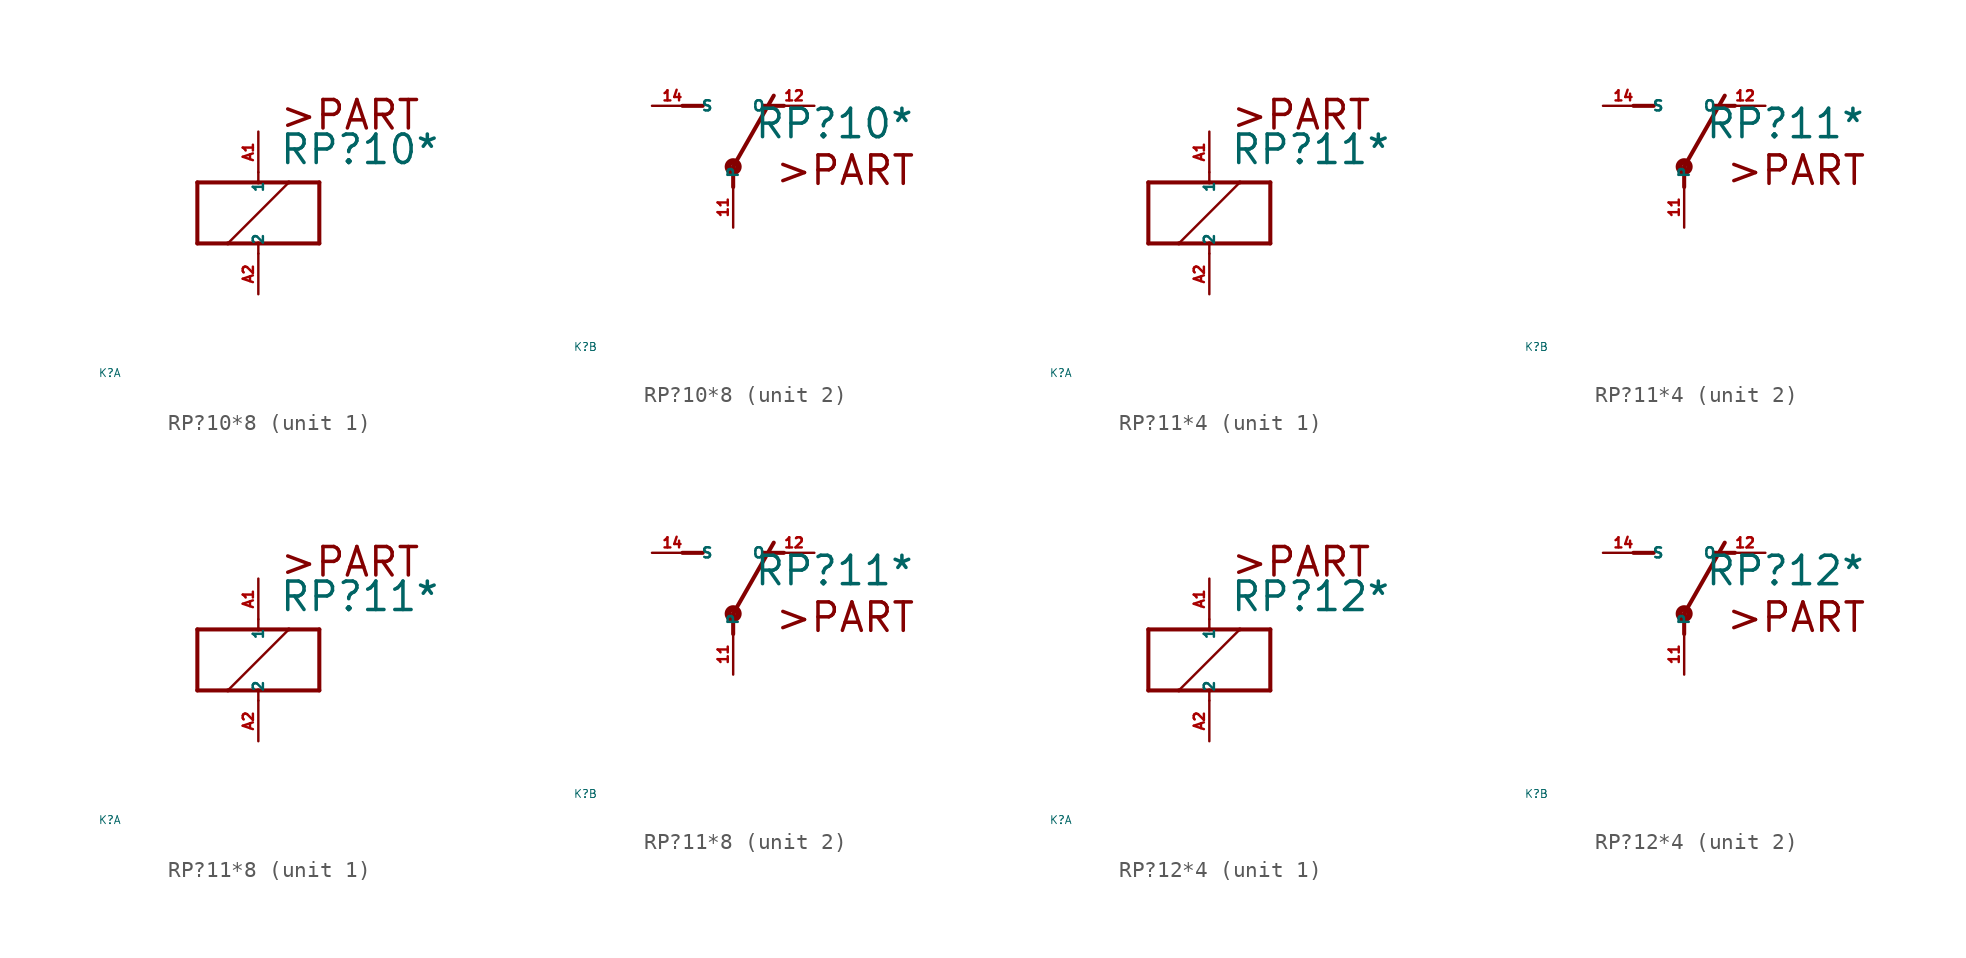
<source format=kicad_sym>
(kicad_symbol_lib
  (version 20220914)
  (generator Eagle2Kicad)
  (symbol "RP?10*8"
    (property "Reference" "K"
      (at -10 -10 0)
      (effects (font (size 0.5 0.5) (thickness 0.06)) (justify left)))
    (property "Value" "RP?10*"
      (at 1.27 2.921 0)
      (effects (font (size 1.778 1.778) (thickness 0.22)) (justify left bottom)))
    (symbol "RP?10*8_1_0"
      (polyline (pts (xy -3.81 -1.905) (xy -1.905 -1.905)) (stroke (width 0.254) (type default)) (fill (type none)))
      (polyline (pts (xy 3.81 -1.905) (xy 3.81 1.905)) (stroke (width 0.254) (type default)) (fill (type none)))
      (polyline (pts (xy 3.81 1.905) (xy 1.905 1.905)) (stroke (width 0.254) (type default)) (fill (type none)))
      (polyline (pts (xy -3.81 1.905) (xy -3.81 -1.905)) (stroke (width 0.254) (type default)) (fill (type none)))
      (polyline (pts (xy 0 -2.54) (xy 0 -1.905)) (stroke (width 0.152) (type default)) (fill (type none)))
      (polyline (pts (xy 0 -1.905) (xy 3.81 -1.905)) (stroke (width 0.254) (type default)) (fill (type none)))
      (polyline (pts (xy 0 2.54) (xy 0 1.905)) (stroke (width 0.152) (type default)) (fill (type none)))
      (polyline (pts (xy 0 1.905) (xy -3.81 1.905)) (stroke (width 0.254) (type default)) (fill (type none)))
      (polyline (pts (xy -1.905 -1.905) (xy 1.905 1.905)) (stroke (width 0.152) (type default)) (fill (type none)))
      (polyline (pts (xy -1.905 -1.905) (xy 0 -1.905)) (stroke (width 0.254) (type default)) (fill (type none)))
      (polyline (pts (xy 1.905 1.905) (xy 0 1.905)) (stroke (width 0.254) (type default)) (fill (type none)))
      (text ">PART" (at 1.27 5.08 0) (effects (font (size 1.778 1.778) (thickness 0.22)) (justify left bottom)))
      (pin passive line (at 0 -5.08 90) (length 2.54) (name "2" (effects (font (size 0.635 0.635) (thickness 0.08)) (justify left bottom))) (number "A2" (effects (font (size 0.635 0.635) (thickness 0.08)) (justify left bottom))))
      (pin passive line (at 0 5.08 270) (length 2.54) (name "1" (effects (font (size 0.635 0.635) (thickness 0.08)) (justify left bottom))) (number "A1" (effects (font (size 0.635 0.635) (thickness 0.08)) (justify left bottom)))))
    (symbol "RP?10*8_2_0"
      (polyline (pts (xy 3.175 5.08) (xy 1.905 5.08)) (stroke (width 0.254) (type default)) (fill (type none)))
      (polyline (pts (xy -3.175 5.08) (xy -1.905 5.08)) (stroke (width 0.254) (type default)) (fill (type none)))
      (polyline (pts (xy 0 1.27) (xy 2.54 5.715)) (stroke (width 0.254) (type default)) (fill (type none)))
      (polyline (pts (xy 0 1.27) (xy 0 0)) (stroke (width 0.254) (type default)) (fill (type none)))
      (text ">PART" (at 2.54 0 0) (effects (font (size 1.778 1.778) (thickness 0.22)) (justify left bottom)))
      (circle (center 0 1.27) (radius 0.127) (stroke (width 0.406) (type default)) (fill (type none)))
      (pin passive line (at 5.08 5.08 180) (length 2.54) (name "O" (effects (font (size 0.635 0.635) (thickness 0.08)) (justify left bottom))) (number "12" (effects (font (size 0.635 0.635) (thickness 0.08)) (justify left bottom))))
      (pin passive line (at -5.08 5.08 0) (length 2.54) (name "S" (effects (font (size 0.635 0.635) (thickness 0.08)) (justify left bottom))) (number "14" (effects (font (size 0.635 0.635) (thickness 0.08)) (justify left bottom))))
      (pin passive line (at 0 -2.54 90) (length 2.54) (name "P" (effects (font (size 0.635 0.635) (thickness 0.08)) (justify left bottom))) (number "11" (effects (font (size 0.635 0.635) (thickness 0.08)) (justify left bottom))))))
  (symbol "RP?11*4"
    (property "Reference" "K"
      (at -10 -10 0)
      (effects (font (size 0.5 0.5) (thickness 0.06)) (justify left)))
    (property "Value" "RP?11*"
      (at 1.27 2.921 0)
      (effects (font (size 1.778 1.778) (thickness 0.22)) (justify left bottom)))
    (symbol "RP?11*4_1_0"
      (polyline (pts (xy -3.81 -1.905) (xy -1.905 -1.905)) (stroke (width 0.254) (type default)) (fill (type none)))
      (polyline (pts (xy 3.81 -1.905) (xy 3.81 1.905)) (stroke (width 0.254) (type default)) (fill (type none)))
      (polyline (pts (xy 3.81 1.905) (xy 1.905 1.905)) (stroke (width 0.254) (type default)) (fill (type none)))
      (polyline (pts (xy -3.81 1.905) (xy -3.81 -1.905)) (stroke (width 0.254) (type default)) (fill (type none)))
      (polyline (pts (xy 0 -2.54) (xy 0 -1.905)) (stroke (width 0.152) (type default)) (fill (type none)))
      (polyline (pts (xy 0 -1.905) (xy 3.81 -1.905)) (stroke (width 0.254) (type default)) (fill (type none)))
      (polyline (pts (xy 0 2.54) (xy 0 1.905)) (stroke (width 0.152) (type default)) (fill (type none)))
      (polyline (pts (xy 0 1.905) (xy -3.81 1.905)) (stroke (width 0.254) (type default)) (fill (type none)))
      (polyline (pts (xy -1.905 -1.905) (xy 1.905 1.905)) (stroke (width 0.152) (type default)) (fill (type none)))
      (polyline (pts (xy -1.905 -1.905) (xy 0 -1.905)) (stroke (width 0.254) (type default)) (fill (type none)))
      (polyline (pts (xy 1.905 1.905) (xy 0 1.905)) (stroke (width 0.254) (type default)) (fill (type none)))
      (text ">PART" (at 1.27 5.08 0) (effects (font (size 1.778 1.778) (thickness 0.22)) (justify left bottom)))
      (pin passive line (at 0 -5.08 90) (length 2.54) (name "2" (effects (font (size 0.635 0.635) (thickness 0.08)) (justify left bottom))) (number "A2" (effects (font (size 0.635 0.635) (thickness 0.08)) (justify left bottom))))
      (pin passive line (at 0 5.08 270) (length 2.54) (name "1" (effects (font (size 0.635 0.635) (thickness 0.08)) (justify left bottom))) (number "A1" (effects (font (size 0.635 0.635) (thickness 0.08)) (justify left bottom)))))
    (symbol "RP?11*4_2_0"
      (polyline (pts (xy 3.175 5.08) (xy 1.905 5.08)) (stroke (width 0.254) (type default)) (fill (type none)))
      (polyline (pts (xy -3.175 5.08) (xy -1.905 5.08)) (stroke (width 0.254) (type default)) (fill (type none)))
      (polyline (pts (xy 0 1.27) (xy 2.54 5.715)) (stroke (width 0.254) (type default)) (fill (type none)))
      (polyline (pts (xy 0 1.27) (xy 0 0)) (stroke (width 0.254) (type default)) (fill (type none)))
      (text ">PART" (at 2.54 0 0) (effects (font (size 1.778 1.778) (thickness 0.22)) (justify left bottom)))
      (circle (center 0 1.27) (radius 0.127) (stroke (width 0.406) (type default)) (fill (type none)))
      (pin passive line (at 5.08 5.08 180) (length 2.54) (name "O" (effects (font (size 0.635 0.635) (thickness 0.08)) (justify left bottom))) (number "12" (effects (font (size 0.635 0.635) (thickness 0.08)) (justify left bottom))))
      (pin passive line (at -5.08 5.08 0) (length 2.54) (name "S" (effects (font (size 0.635 0.635) (thickness 0.08)) (justify left bottom))) (number "14" (effects (font (size 0.635 0.635) (thickness 0.08)) (justify left bottom))))
      (pin passive line (at 0 -2.54 90) (length 2.54) (name "P" (effects (font (size 0.635 0.635) (thickness 0.08)) (justify left bottom))) (number "11" (effects (font (size 0.635 0.635) (thickness 0.08)) (justify left bottom))))))
  (symbol "RP?11*8"
    (property "Reference" "K"
      (at -10 -10 0)
      (effects (font (size 0.5 0.5) (thickness 0.06)) (justify left)))
    (property "Value" "RP?11*"
      (at 1.27 2.921 0)
      (effects (font (size 1.778 1.778) (thickness 0.22)) (justify left bottom)))
    (symbol "RP?11*8_1_0"
      (polyline (pts (xy -3.81 -1.905) (xy -1.905 -1.905)) (stroke (width 0.254) (type default)) (fill (type none)))
      (polyline (pts (xy 3.81 -1.905) (xy 3.81 1.905)) (stroke (width 0.254) (type default)) (fill (type none)))
      (polyline (pts (xy 3.81 1.905) (xy 1.905 1.905)) (stroke (width 0.254) (type default)) (fill (type none)))
      (polyline (pts (xy -3.81 1.905) (xy -3.81 -1.905)) (stroke (width 0.254) (type default)) (fill (type none)))
      (polyline (pts (xy 0 -2.54) (xy 0 -1.905)) (stroke (width 0.152) (type default)) (fill (type none)))
      (polyline (pts (xy 0 -1.905) (xy 3.81 -1.905)) (stroke (width 0.254) (type default)) (fill (type none)))
      (polyline (pts (xy 0 2.54) (xy 0 1.905)) (stroke (width 0.152) (type default)) (fill (type none)))
      (polyline (pts (xy 0 1.905) (xy -3.81 1.905)) (stroke (width 0.254) (type default)) (fill (type none)))
      (polyline (pts (xy -1.905 -1.905) (xy 1.905 1.905)) (stroke (width 0.152) (type default)) (fill (type none)))
      (polyline (pts (xy -1.905 -1.905) (xy 0 -1.905)) (stroke (width 0.254) (type default)) (fill (type none)))
      (polyline (pts (xy 1.905 1.905) (xy 0 1.905)) (stroke (width 0.254) (type default)) (fill (type none)))
      (text ">PART" (at 1.27 5.08 0) (effects (font (size 1.778 1.778) (thickness 0.22)) (justify left bottom)))
      (pin passive line (at 0 -5.08 90) (length 2.54) (name "2" (effects (font (size 0.635 0.635) (thickness 0.08)) (justify left bottom))) (number "A2" (effects (font (size 0.635 0.635) (thickness 0.08)) (justify left bottom))))
      (pin passive line (at 0 5.08 270) (length 2.54) (name "1" (effects (font (size 0.635 0.635) (thickness 0.08)) (justify left bottom))) (number "A1" (effects (font (size 0.635 0.635) (thickness 0.08)) (justify left bottom)))))
    (symbol "RP?11*8_2_0"
      (polyline (pts (xy 3.175 5.08) (xy 1.905 5.08)) (stroke (width 0.254) (type default)) (fill (type none)))
      (polyline (pts (xy -3.175 5.08) (xy -1.905 5.08)) (stroke (width 0.254) (type default)) (fill (type none)))
      (polyline (pts (xy 0 1.27) (xy 2.54 5.715)) (stroke (width 0.254) (type default)) (fill (type none)))
      (polyline (pts (xy 0 1.27) (xy 0 0)) (stroke (width 0.254) (type default)) (fill (type none)))
      (text ">PART" (at 2.54 0 0) (effects (font (size 1.778 1.778) (thickness 0.22)) (justify left bottom)))
      (circle (center 0 1.27) (radius 0.127) (stroke (width 0.406) (type default)) (fill (type none)))
      (pin passive line (at 5.08 5.08 180) (length 2.54) (name "O" (effects (font (size 0.635 0.635) (thickness 0.08)) (justify left bottom))) (number "12" (effects (font (size 0.635 0.635) (thickness 0.08)) (justify left bottom))))
      (pin passive line (at -5.08 5.08 0) (length 2.54) (name "S" (effects (font (size 0.635 0.635) (thickness 0.08)) (justify left bottom))) (number "14" (effects (font (size 0.635 0.635) (thickness 0.08)) (justify left bottom))))
      (pin passive line (at 0 -2.54 90) (length 2.54) (name "P" (effects (font (size 0.635 0.635) (thickness 0.08)) (justify left bottom))) (number "11" (effects (font (size 0.635 0.635) (thickness 0.08)) (justify left bottom))))))
  (symbol "RP?12*4"
    (property "Reference" "K"
      (at -10 -10 0)
      (effects (font (size 0.5 0.5) (thickness 0.06)) (justify left)))
    (property "Value" "RP?12*"
      (at 1.27 2.921 0)
      (effects (font (size 1.778 1.778) (thickness 0.22)) (justify left bottom)))
    (symbol "RP?12*4_1_0"
      (polyline (pts (xy -3.81 -1.905) (xy -1.905 -1.905)) (stroke (width 0.254) (type default)) (fill (type none)))
      (polyline (pts (xy 3.81 -1.905) (xy 3.81 1.905)) (stroke (width 0.254) (type default)) (fill (type none)))
      (polyline (pts (xy 3.81 1.905) (xy 1.905 1.905)) (stroke (width 0.254) (type default)) (fill (type none)))
      (polyline (pts (xy -3.81 1.905) (xy -3.81 -1.905)) (stroke (width 0.254) (type default)) (fill (type none)))
      (polyline (pts (xy 0 -2.54) (xy 0 -1.905)) (stroke (width 0.152) (type default)) (fill (type none)))
      (polyline (pts (xy 0 -1.905) (xy 3.81 -1.905)) (stroke (width 0.254) (type default)) (fill (type none)))
      (polyline (pts (xy 0 2.54) (xy 0 1.905)) (stroke (width 0.152) (type default)) (fill (type none)))
      (polyline (pts (xy 0 1.905) (xy -3.81 1.905)) (stroke (width 0.254) (type default)) (fill (type none)))
      (polyline (pts (xy -1.905 -1.905) (xy 1.905 1.905)) (stroke (width 0.152) (type default)) (fill (type none)))
      (polyline (pts (xy -1.905 -1.905) (xy 0 -1.905)) (stroke (width 0.254) (type default)) (fill (type none)))
      (polyline (pts (xy 1.905 1.905) (xy 0 1.905)) (stroke (width 0.254) (type default)) (fill (type none)))
      (text ">PART" (at 1.27 5.08 0) (effects (font (size 1.778 1.778) (thickness 0.22)) (justify left bottom)))
      (pin passive line (at 0 -5.08 90) (length 2.54) (name "2" (effects (font (size 0.635 0.635) (thickness 0.08)) (justify left bottom))) (number "A2" (effects (font (size 0.635 0.635) (thickness 0.08)) (justify left bottom))))
      (pin passive line (at 0 5.08 270) (length 2.54) (name "1" (effects (font (size 0.635 0.635) (thickness 0.08)) (justify left bottom))) (number "A1" (effects (font (size 0.635 0.635) (thickness 0.08)) (justify left bottom)))))
    (symbol "RP?12*4_2_0"
      (polyline (pts (xy 3.175 5.08) (xy 1.905 5.08)) (stroke (width 0.254) (type default)) (fill (type none)))
      (polyline (pts (xy -3.175 5.08) (xy -1.905 5.08)) (stroke (width 0.254) (type default)) (fill (type none)))
      (polyline (pts (xy 0 1.27) (xy 2.54 5.715)) (stroke (width 0.254) (type default)) (fill (type none)))
      (polyline (pts (xy 0 1.27) (xy 0 0)) (stroke (width 0.254) (type default)) (fill (type none)))
      (text ">PART" (at 2.54 0 0) (effects (font (size 1.778 1.778) (thickness 0.22)) (justify left bottom)))
      (circle (center 0 1.27) (radius 0.127) (stroke (width 0.406) (type default)) (fill (type none)))
      (pin passive line (at 5.08 5.08 180) (length 2.54) (name "O" (effects (font (size 0.635 0.635) (thickness 0.08)) (justify left bottom))) (number "12" (effects (font (size 0.635 0.635) (thickness 0.08)) (justify left bottom))))
      (pin passive line (at -5.08 5.08 0) (length 2.54) (name "S" (effects (font (size 0.635 0.635) (thickness 0.08)) (justify left bottom))) (number "14" (effects (font (size 0.635 0.635) (thickness 0.08)) (justify left bottom))))
      (pin passive line (at 0 -2.54 90) (length 2.54) (name "P" (effects (font (size 0.635 0.635) (thickness 0.08)) (justify left bottom))) (number "11" (effects (font (size 0.635 0.635) (thickness 0.08)) (justify left bottom)))))))
</source>
